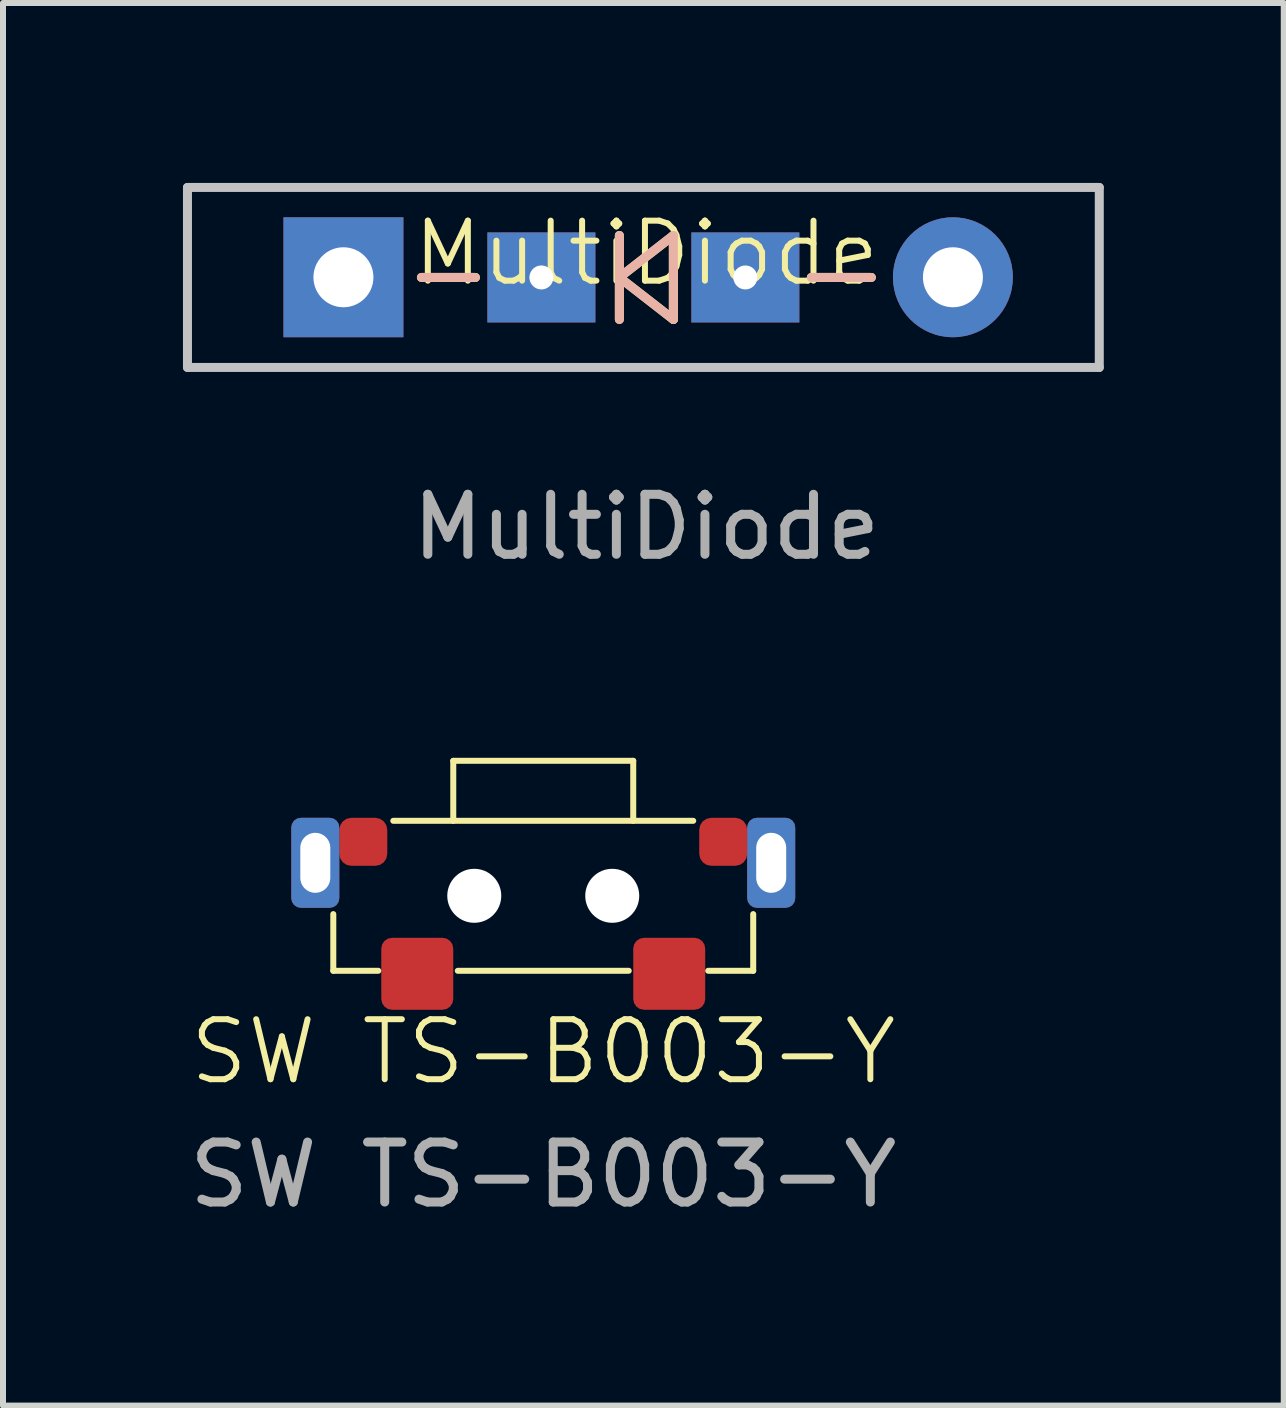
<source format=kicad_pcb>
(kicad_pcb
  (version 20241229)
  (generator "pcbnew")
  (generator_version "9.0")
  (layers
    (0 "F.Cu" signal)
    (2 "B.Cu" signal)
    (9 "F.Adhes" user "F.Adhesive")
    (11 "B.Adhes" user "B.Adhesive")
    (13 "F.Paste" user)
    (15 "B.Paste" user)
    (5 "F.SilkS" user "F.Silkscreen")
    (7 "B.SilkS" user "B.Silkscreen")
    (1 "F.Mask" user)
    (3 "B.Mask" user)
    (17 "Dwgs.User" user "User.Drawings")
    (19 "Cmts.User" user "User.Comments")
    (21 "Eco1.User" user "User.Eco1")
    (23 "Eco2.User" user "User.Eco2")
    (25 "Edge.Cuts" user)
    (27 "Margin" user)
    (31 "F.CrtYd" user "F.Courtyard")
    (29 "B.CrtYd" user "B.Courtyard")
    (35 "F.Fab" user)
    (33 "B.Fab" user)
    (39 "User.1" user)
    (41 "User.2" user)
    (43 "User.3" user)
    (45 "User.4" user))
  (footprint "SW TS-B003-Y"
    (layer "F.Cu")
    (at 6.006 11.883)
    (property "Reference" "SW TS-B003-Y" (at 0 2.6 0) (unlocked yes) (layer "F.SilkS") (effects (font (size 1 1) (thickness 0.1))))
    (attr through_hole)
    (fp_line (start -3.5 1.25) (end -3.5 0.305) (stroke (width 0.1) (type default)) (layer "F.SilkS"))
    (fp_line (start -3.5 1.25) (end -2.75 1.25) (stroke (width 0.1) (type default)) (layer "F.SilkS"))
    (fp_line (start -2.5 -1.25) (end 2.5 -1.25) (stroke (width 0.1) (type default)) (layer "F.SilkS"))
    (fp_line (start -1.5 -2.25) (end 1.5 -2.25) (stroke (width 0.1) (type default)) (layer "F.SilkS"))
    (fp_line (start -1.5 -1.25) (end -1.5 -2.25) (stroke (width 0.1) (type default)) (layer "F.SilkS"))
    (fp_line (start -1.425 1.25) (end 1.425 1.25) (stroke (width 0.1) (type default)) (layer "F.SilkS"))
    (fp_line (start 1.5 -2.25) (end 1.5 -1.25) (stroke (width 0.1) (type default)) (layer "F.SilkS"))
    (fp_line (start 3.5 1.25) (end 2.75 1.25) (stroke (width 0.1) (type default)) (layer "F.SilkS"))
    (fp_line (start 3.5 1.25) (end 3.5 0.305) (stroke (width 0.1) (type default)) (layer "F.SilkS"))
    (fp_text user "${REFERENCE}" (at 0 4.65 0) (unlocked yes) (layer "F.Fab") (effects (font (size 1 1) (thickness 0.15))))
    (pad "" np_thru_hole circle (at -1.15 0) (size 0.9 0.9) (drill 0.9) (layers "*.Cu" "*.Mask"))
    (pad "" np_thru_hole circle (at 1.15 0) (size 0.9 0.9) (drill 0.9) (layers "*.Cu" "*.Mask"))
    (pad "1" smd roundrect (at -2.1 1.3) (size 1.2 1.2) (layers "F.Cu" "F.Mask" "F.Paste") (roundrect_rratio 0.15))
    (pad "2" smd roundrect (at 2.1 1.3) (size 1.2 1.2) (layers "F.Cu" "F.Mask" "F.Paste") (roundrect_rratio 0.15))
    (pad "MP" thru_hole roundrect (at -3.8 -0.55) (size 0.8 1.5) (drill oval 0.5 1) (layers "*.Cu" "*.Mask") (roundrect_rratio 0.2))
    (pad "MP" smd roundrect (at -3 -0.9) (size 0.8 0.8) (layers "F.Cu" "F.Mask" "F.Paste") (roundrect_rratio 0.25))
    (pad "MP" smd roundrect (at 3 -0.9) (size 0.8 0.8) (layers "F.Cu" "F.Mask" "F.Paste") (roundrect_rratio 0.25))
    (pad "MP" thru_hole roundrect (at 3.8 -0.55) (size 0.8 1.5) (drill oval 0.5 1) (layers "*.Cu" "*.Mask") (roundrect_rratio 0.2)))
  (footprint "MultiDiode"
    (layer "F.Cu")
    (at 7.725 1.671)
    (property "Reference" "MultiDiode" (at 0 -0.5 0) (unlocked yes) (layer "F.SilkS") (effects (font (size 1 1) (thickness 0.1))))
    (attr through_hole)
    (fp_line (start -3.75 -0.096) (end -2.85 -0.096) (stroke (width 0.15) (type solid)) (layer "F.SilkS"))
    (fp_line (start -0.45 -0.796) (end -0.45 0.604) (stroke (width 0.15) (type solid)) (layer "F.SilkS"))
    (fp_line (start -0.45 -0.096) (end 0.45 -0.796) (stroke (width 0.15) (type solid)) (layer "F.SilkS"))
    (fp_line (start 0.45 -0.796) (end 0.45 0.604) (stroke (width 0.15) (type solid)) (layer "F.SilkS"))
    (fp_line (start 0.45 0.604) (end -0.45 -0.096) (stroke (width 0.15) (type solid)) (layer "F.SilkS"))
    (fp_line (start 2.75 -0.096) (end 3.75 -0.096) (stroke (width 0.15) (type solid)) (layer "F.SilkS"))
    (fp_line (start -2.85 -0.096) (end -3.75 -0.096) (stroke (width 0.15) (type solid)) (layer "B.SilkS"))
    (fp_line (start -0.45 -0.796) (end -0.45 0.604) (stroke (width 0.15) (type solid)) (layer "B.SilkS"))
    (fp_line (start -0.45 -0.096) (end 0.45 -0.796) (stroke (width 0.15) (type solid)) (layer "B.SilkS"))
    (fp_line (start 0.45 -0.796) (end 0.45 0.604) (stroke (width 0.15) (type solid)) (layer "B.SilkS"))
    (fp_line (start 0.45 0.604) (end -0.45 -0.096) (stroke (width 0.15) (type solid)) (layer "B.SilkS"))
    (fp_line (start 2.75 -0.096) (end 3.75 -0.096) (stroke (width 0.15) (type solid)) (layer "B.SilkS"))
    (fp_line (start -7.65 -1.596) (end -7.65 1.404) (stroke (width 0.15) (type solid)) (layer "Dwgs.User"))
    (fp_line (start -7.65 -1.596) (end 7.55 -1.596) (stroke (width 0.15) (type solid)) (layer "Dwgs.User"))
    (fp_line (start -7.65 1.404) (end 7.55 1.404) (stroke (width 0.15) (type solid)) (layer "Dwgs.User"))
    (fp_line (start 7.55 -1.596) (end 7.55 1.404) (stroke (width 0.15) (type solid)) (layer "Dwgs.User"))
    (fp_text user "${REFERENCE}" (at 0 4.064 0) (unlocked yes) (layer "F.Fab") (effects (font (size 1 1) (thickness 0.15))))
    (pad "1" thru_hole rect (at -5.05 -0.099 180) (size 1.999 1.999) (drill 1) (layers "*.Cu" "*.Mask"))
    (pad "1" thru_hole rect (at -1.75 -0.096) (size 1.8 1.5) (drill 0.4) (layers "*.Cu" "*.Mask"))
    (pad "2" thru_hole rect (at 1.65 -0.096) (size 1.8 1.5) (drill 0.4) (layers "*.Cu" "*.Mask"))
    (pad "2" thru_hole circle (at 5.11 -0.099 180) (size 1.999 1.999) (drill 1) (layers "*.Cu" "*.Mask")))
  (gr_rect
    (start -3 -3)
    (end 18.35 20.381)
    (stroke (width 0.1) (type default))
    (fill no)
    (layer "Edge.Cuts")))
</source>
